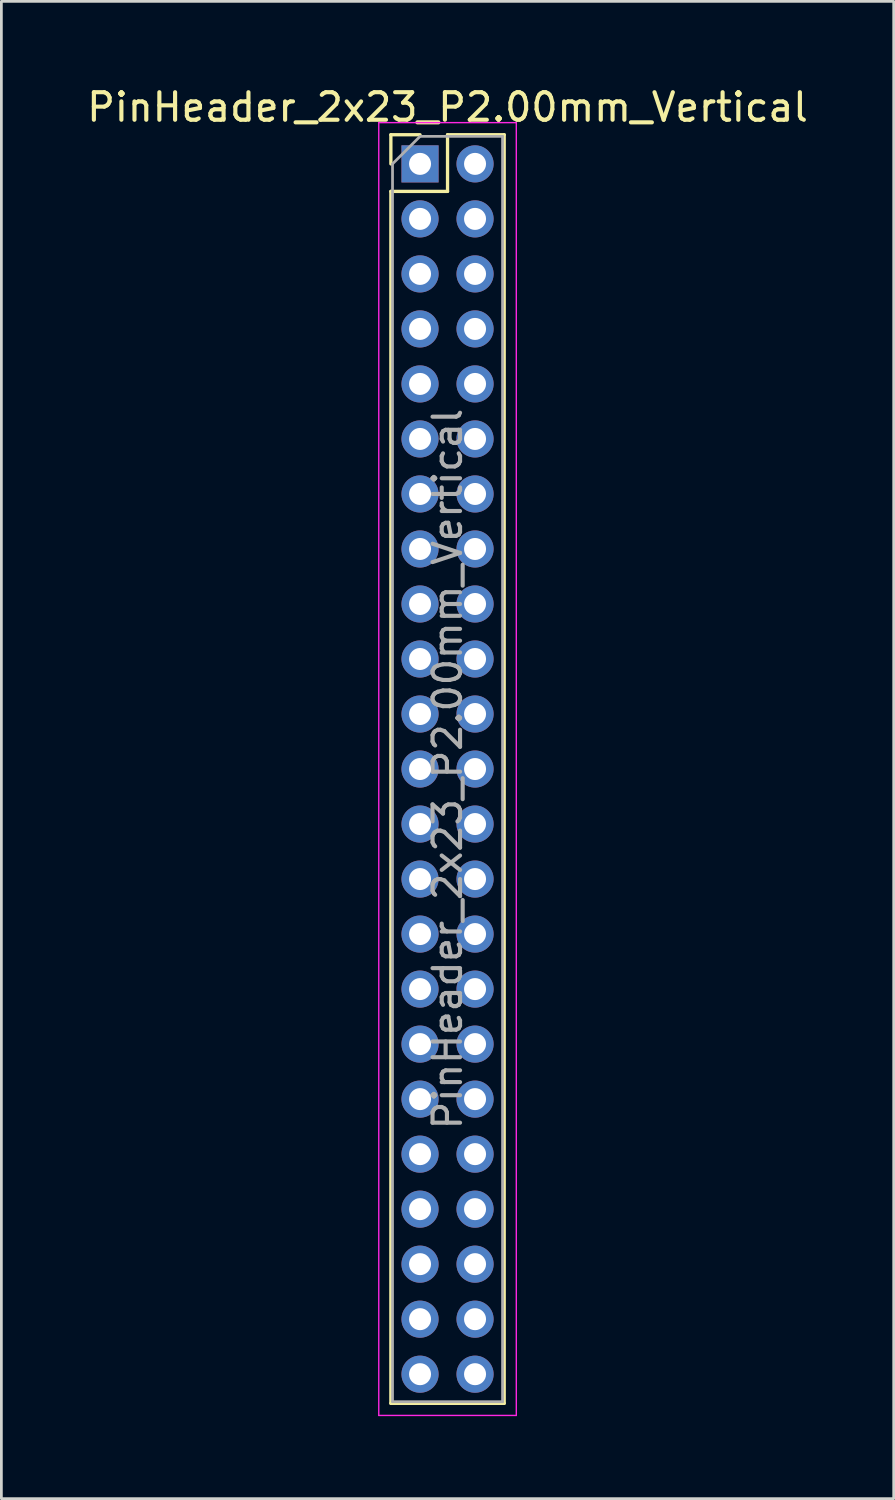
<source format=kicad_pcb>
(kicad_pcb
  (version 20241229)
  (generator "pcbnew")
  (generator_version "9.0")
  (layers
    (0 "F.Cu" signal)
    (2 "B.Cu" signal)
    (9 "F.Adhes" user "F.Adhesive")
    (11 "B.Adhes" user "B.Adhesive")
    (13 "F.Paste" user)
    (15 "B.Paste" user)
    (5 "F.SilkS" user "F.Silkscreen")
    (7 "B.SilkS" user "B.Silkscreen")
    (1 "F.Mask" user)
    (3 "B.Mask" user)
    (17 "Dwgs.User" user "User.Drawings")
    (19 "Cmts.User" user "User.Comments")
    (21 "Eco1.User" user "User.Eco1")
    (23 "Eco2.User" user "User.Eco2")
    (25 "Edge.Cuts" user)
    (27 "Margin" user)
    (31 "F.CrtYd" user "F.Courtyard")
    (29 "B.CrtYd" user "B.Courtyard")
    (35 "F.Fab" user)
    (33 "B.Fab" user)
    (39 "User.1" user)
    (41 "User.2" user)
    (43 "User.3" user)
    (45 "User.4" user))
  (footprint "PinHeader_2x23_P2.00mm_Vertical"
    (layer "F.Cu")
    (at 12.22 2.908)
    (property "Reference" "PinHeader_2x23_P2.00mm_Vertical" (at 1 -2.06 0) (layer "F.SilkS") (effects (font (size 1 1) (thickness 0.15))))
    (attr through_hole)
    (fp_line (start -1.06 -1.06) (end 0 -1.06) (stroke (width 0.12) (type solid)) (layer "F.SilkS"))
    (fp_line (start -1.06 0) (end -1.06 -1.06) (stroke (width 0.12) (type solid)) (layer "F.SilkS"))
    (fp_line (start -1.06 1) (end -1.06 45.06) (stroke (width 0.12) (type solid)) (layer "F.SilkS"))
    (fp_line (start -1.06 1) (end 1 1) (stroke (width 0.12) (type solid)) (layer "F.SilkS"))
    (fp_line (start -1.06 45.06) (end 3.06 45.06) (stroke (width 0.12) (type solid)) (layer "F.SilkS"))
    (fp_line (start 1 -1.06) (end 3.06 -1.06) (stroke (width 0.12) (type solid)) (layer "F.SilkS"))
    (fp_line (start 1 1) (end 1 -1.06) (stroke (width 0.12) (type solid)) (layer "F.SilkS"))
    (fp_line (start 3.06 -1.06) (end 3.06 45.06) (stroke (width 0.12) (type solid)) (layer "F.SilkS"))
    (fp_line (start -1.5 -1.5) (end -1.5 45.5) (stroke (width 0.05) (type solid)) (layer "F.CrtYd"))
    (fp_line (start -1.5 45.5) (end 3.5 45.5) (stroke (width 0.05) (type solid)) (layer "F.CrtYd"))
    (fp_line (start 3.5 -1.5) (end -1.5 -1.5) (stroke (width 0.05) (type solid)) (layer "F.CrtYd"))
    (fp_line (start 3.5 45.5) (end 3.5 -1.5) (stroke (width 0.05) (type solid)) (layer "F.CrtYd"))
    (fp_line (start -1 0) (end 0 -1) (stroke (width 0.1) (type solid)) (layer "F.Fab"))
    (fp_line (start -1 45) (end -1 0) (stroke (width 0.1) (type solid)) (layer "F.Fab"))
    (fp_line (start 0 -1) (end 3 -1) (stroke (width 0.1) (type solid)) (layer "F.Fab"))
    (fp_line (start 3 -1) (end 3 45) (stroke (width 0.1) (type solid)) (layer "F.Fab"))
    (fp_line (start 3 45) (end -1 45) (stroke (width 0.1) (type solid)) (layer "F.Fab"))
    (fp_text user "${REFERENCE}" (at 1 22 90) (layer "F.Fab") (effects (font (size 1 1) (thickness 0.15))))
    (pad "1" thru_hole rect (at 0 0) (size 1.35 1.35) (drill 0.8) (layers "*.Cu" "*.Mask"))
    (pad "2" thru_hole oval (at 2 0) (size 1.35 1.35) (drill 0.8) (layers "*.Cu" "*.Mask"))
    (pad "3" thru_hole oval (at 0 2) (size 1.35 1.35) (drill 0.8) (layers "*.Cu" "*.Mask"))
    (pad "4" thru_hole oval (at 2 2) (size 1.35 1.35) (drill 0.8) (layers "*.Cu" "*.Mask"))
    (pad "5" thru_hole oval (at 0 4) (size 1.35 1.35) (drill 0.8) (layers "*.Cu" "*.Mask"))
    (pad "6" thru_hole oval (at 2 4) (size 1.35 1.35) (drill 0.8) (layers "*.Cu" "*.Mask"))
    (pad "7" thru_hole oval (at 0 6) (size 1.35 1.35) (drill 0.8) (layers "*.Cu" "*.Mask"))
    (pad "8" thru_hole oval (at 2 6) (size 1.35 1.35) (drill 0.8) (layers "*.Cu" "*.Mask"))
    (pad "9" thru_hole oval (at 0 8) (size 1.35 1.35) (drill 0.8) (layers "*.Cu" "*.Mask"))
    (pad "10" thru_hole oval (at 2 8) (size 1.35 1.35) (drill 0.8) (layers "*.Cu" "*.Mask"))
    (pad "11" thru_hole oval (at 0 10) (size 1.35 1.35) (drill 0.8) (layers "*.Cu" "*.Mask"))
    (pad "12" thru_hole oval (at 2 10) (size 1.35 1.35) (drill 0.8) (layers "*.Cu" "*.Mask"))
    (pad "13" thru_hole oval (at 0 12) (size 1.35 1.35) (drill 0.8) (layers "*.Cu" "*.Mask"))
    (pad "14" thru_hole oval (at 2 12) (size 1.35 1.35) (drill 0.8) (layers "*.Cu" "*.Mask"))
    (pad "15" thru_hole oval (at 0 14) (size 1.35 1.35) (drill 0.8) (layers "*.Cu" "*.Mask"))
    (pad "16" thru_hole oval (at 2 14) (size 1.35 1.35) (drill 0.8) (layers "*.Cu" "*.Mask"))
    (pad "17" thru_hole oval (at 0 16) (size 1.35 1.35) (drill 0.8) (layers "*.Cu" "*.Mask"))
    (pad "18" thru_hole oval (at 2 16) (size 1.35 1.35) (drill 0.8) (layers "*.Cu" "*.Mask"))
    (pad "19" thru_hole oval (at 0 18) (size 1.35 1.35) (drill 0.8) (layers "*.Cu" "*.Mask"))
    (pad "20" thru_hole oval (at 2 18) (size 1.35 1.35) (drill 0.8) (layers "*.Cu" "*.Mask"))
    (pad "21" thru_hole oval (at 0 20) (size 1.35 1.35) (drill 0.8) (layers "*.Cu" "*.Mask"))
    (pad "22" thru_hole oval (at 2 20) (size 1.35 1.35) (drill 0.8) (layers "*.Cu" "*.Mask"))
    (pad "23" thru_hole oval (at 0 22) (size 1.35 1.35) (drill 0.8) (layers "*.Cu" "*.Mask"))
    (pad "24" thru_hole oval (at 2 22) (size 1.35 1.35) (drill 0.8) (layers "*.Cu" "*.Mask"))
    (pad "25" thru_hole oval (at 0 24) (size 1.35 1.35) (drill 0.8) (layers "*.Cu" "*.Mask"))
    (pad "26" thru_hole oval (at 2 24) (size 1.35 1.35) (drill 0.8) (layers "*.Cu" "*.Mask"))
    (pad "27" thru_hole oval (at 0 26) (size 1.35 1.35) (drill 0.8) (layers "*.Cu" "*.Mask"))
    (pad "28" thru_hole oval (at 2 26) (size 1.35 1.35) (drill 0.8) (layers "*.Cu" "*.Mask"))
    (pad "29" thru_hole oval (at 0 28) (size 1.35 1.35) (drill 0.8) (layers "*.Cu" "*.Mask"))
    (pad "30" thru_hole oval (at 2 28) (size 1.35 1.35) (drill 0.8) (layers "*.Cu" "*.Mask"))
    (pad "31" thru_hole oval (at 0 30) (size 1.35 1.35) (drill 0.8) (layers "*.Cu" "*.Mask"))
    (pad "32" thru_hole oval (at 2 30) (size 1.35 1.35) (drill 0.8) (layers "*.Cu" "*.Mask"))
    (pad "33" thru_hole oval (at 0 32) (size 1.35 1.35) (drill 0.8) (layers "*.Cu" "*.Mask"))
    (pad "34" thru_hole oval (at 2 32) (size 1.35 1.35) (drill 0.8) (layers "*.Cu" "*.Mask"))
    (pad "35" thru_hole oval (at 0 34) (size 1.35 1.35) (drill 0.8) (layers "*.Cu" "*.Mask"))
    (pad "36" thru_hole oval (at 2 34) (size 1.35 1.35) (drill 0.8) (layers "*.Cu" "*.Mask"))
    (pad "37" thru_hole oval (at 0 36) (size 1.35 1.35) (drill 0.8) (layers "*.Cu" "*.Mask"))
    (pad "38" thru_hole oval (at 2 36) (size 1.35 1.35) (drill 0.8) (layers "*.Cu" "*.Mask"))
    (pad "39" thru_hole oval (at 0 38) (size 1.35 1.35) (drill 0.8) (layers "*.Cu" "*.Mask"))
    (pad "40" thru_hole oval (at 2 38) (size 1.35 1.35) (drill 0.8) (layers "*.Cu" "*.Mask"))
    (pad "41" thru_hole oval (at 0 40) (size 1.35 1.35) (drill 0.8) (layers "*.Cu" "*.Mask"))
    (pad "42" thru_hole oval (at 2 40) (size 1.35 1.35) (drill 0.8) (layers "*.Cu" "*.Mask"))
    (pad "43" thru_hole oval (at 0 42) (size 1.35 1.35) (drill 0.8) (layers "*.Cu" "*.Mask"))
    (pad "44" thru_hole oval (at 2 42) (size 1.35 1.35) (drill 0.8) (layers "*.Cu" "*.Mask"))
    (pad "45" thru_hole oval (at 0 44) (size 1.35 1.35) (drill 0.8) (layers "*.Cu" "*.Mask"))
    (pad "46" thru_hole oval (at 2 44) (size 1.35 1.35) (drill 0.8) (layers "*.Cu" "*.Mask")))
  (gr_rect
    (start -3 -3)
    (end 29.44 51.433)
    (stroke (width 0.1) (type default))
    (fill no)
    (layer "Edge.Cuts")))
</source>
